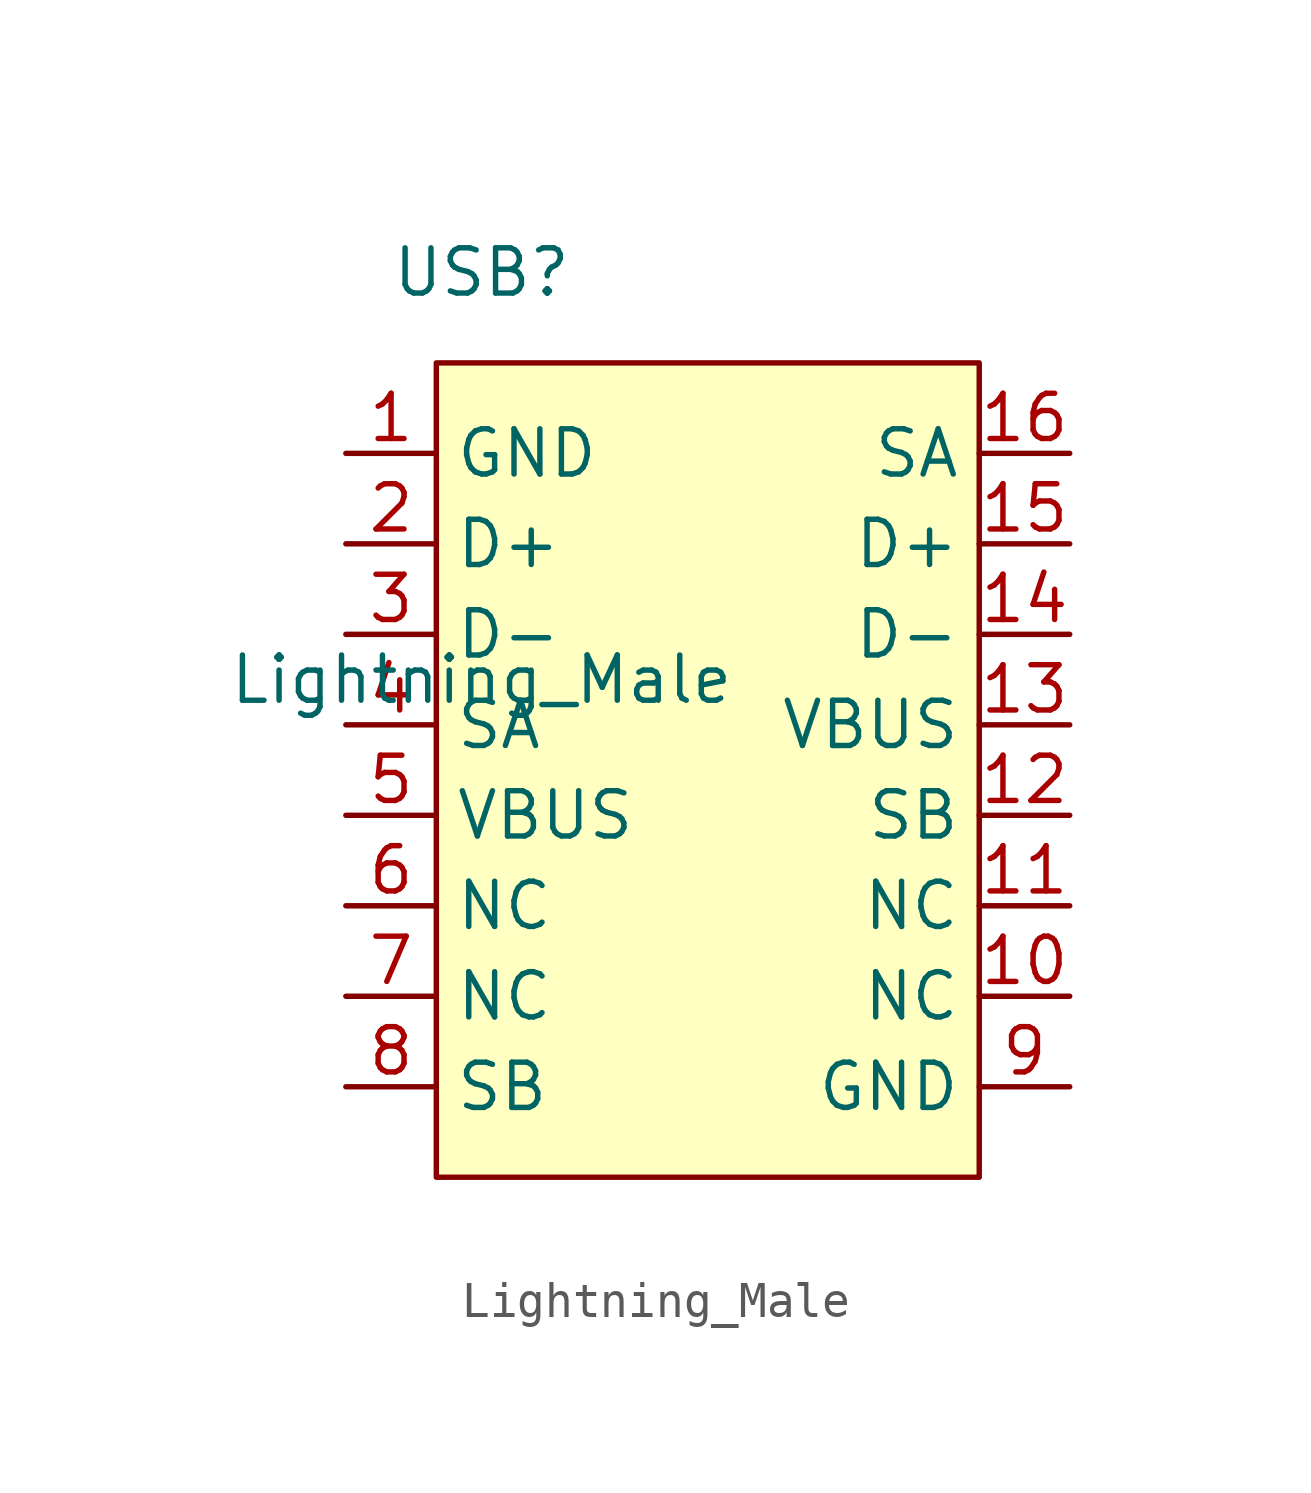
<source format=kicad_sym>
(kicad_symbol_lib
  (version 20220914)
  (generator kicad_symbol_editor)
  (symbol "Lightning_Male"
    (property "Reference" "USB"
      (at -6.35 13.97 0)
      (effects (font (size 1.27 1.27))))
    (property "Value" "Lightning_Male"
      (at -6.35 2.54 0)
      (effects (font (size 1.27 1.27))))
    (symbol "Lightning_Male_1_1"
      (rectangle (start -7.62 11.43) (end 7.62 -11.43) (stroke (width 0) (type default)) (fill (type background)))
      (pin bidirectional line (at -10.16 8.89 0) (length 2.54) (name "GND" (effects (font (size 1.27 1.27)))) (number "1" (effects (font (size 1.27 1.27)))))
      (pin bidirectional line (at 10.16 -6.35 180) (length 2.54) (name "NC" (effects (font (size 1.27 1.27)))) (number "10" (effects (font (size 1.27 1.27)))))
      (pin bidirectional line (at 10.16 -3.81 180) (length 2.54) (name "NC" (effects (font (size 1.27 1.27)))) (number "11" (effects (font (size 1.27 1.27)))))
      (pin bidirectional line (at 10.16 -1.27 180) (length 2.54) (name "SB" (effects (font (size 1.27 1.27)))) (number "12" (effects (font (size 1.27 1.27)))))
      (pin bidirectional line (at 10.16 1.27 180) (length 2.54) (name "VBUS" (effects (font (size 1.27 1.27)))) (number "13" (effects (font (size 1.27 1.27)))))
      (pin bidirectional line (at 10.16 3.81 180) (length 2.54) (name "D-" (effects (font (size 1.27 1.27)))) (number "14" (effects (font (size 1.27 1.27)))))
      (pin bidirectional line (at 10.16 6.35 180) (length 2.54) (name "D+" (effects (font (size 1.27 1.27)))) (number "15" (effects (font (size 1.27 1.27)))))
      (pin bidirectional line (at 10.16 8.89 180) (length 2.54) (name "SA" (effects (font (size 1.27 1.27)))) (number "16" (effects (font (size 1.27 1.27)))))
      (pin bidirectional line (at -10.16 6.35 0) (length 2.54) (name "D+" (effects (font (size 1.27 1.27)))) (number "2" (effects (font (size 1.27 1.27)))))
      (pin bidirectional line (at -10.16 3.81 0) (length 2.54) (name "D-" (effects (font (size 1.27 1.27)))) (number "3" (effects (font (size 1.27 1.27)))))
      (pin bidirectional line (at -10.16 1.27 0) (length 2.54) (name "SA" (effects (font (size 1.27 1.27)))) (number "4" (effects (font (size 1.27 1.27)))))
      (pin bidirectional line (at -10.16 -1.27 0) (length 2.54) (name "VBUS" (effects (font (size 1.27 1.27)))) (number "5" (effects (font (size 1.27 1.27)))))
      (pin bidirectional line (at -10.16 -3.81 0) (length 2.54) (name "NC" (effects (font (size 1.27 1.27)))) (number "6" (effects (font (size 1.27 1.27)))))
      (pin bidirectional line (at -10.16 -6.35 0) (length 2.54) (name "NC" (effects (font (size 1.27 1.27)))) (number "7" (effects (font (size 1.27 1.27)))))
      (pin bidirectional line (at -10.16 -8.89 0) (length 2.54) (name "SB" (effects (font (size 1.27 1.27)))) (number "8" (effects (font (size 1.27 1.27)))))
      (pin bidirectional line (at 10.16 -8.89 180) (length 2.54) (name "GND" (effects (font (size 1.27 1.27)))) (number "9" (effects (font (size 1.27 1.27))))))))
</source>
